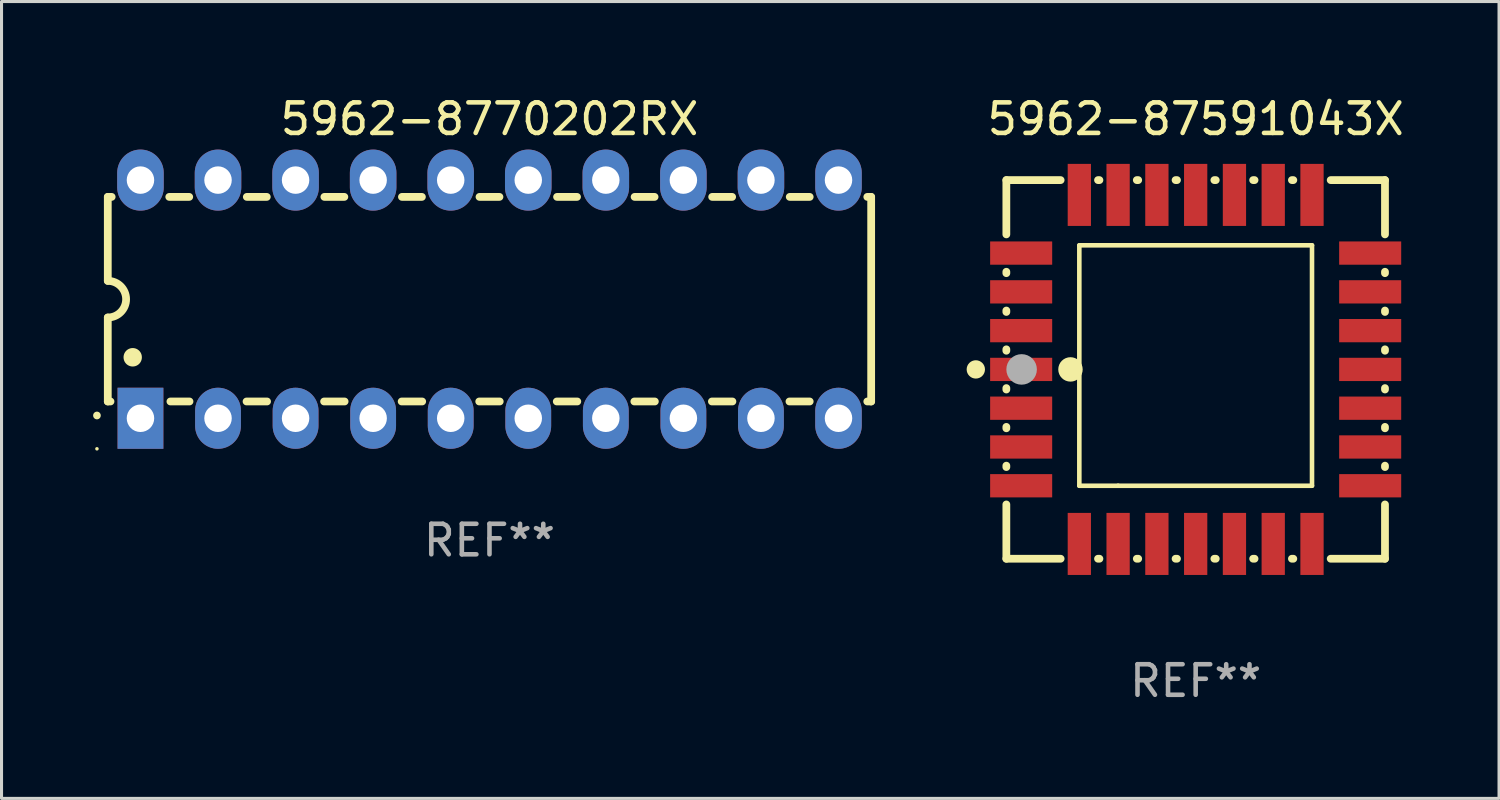
<source format=kicad_pcb>
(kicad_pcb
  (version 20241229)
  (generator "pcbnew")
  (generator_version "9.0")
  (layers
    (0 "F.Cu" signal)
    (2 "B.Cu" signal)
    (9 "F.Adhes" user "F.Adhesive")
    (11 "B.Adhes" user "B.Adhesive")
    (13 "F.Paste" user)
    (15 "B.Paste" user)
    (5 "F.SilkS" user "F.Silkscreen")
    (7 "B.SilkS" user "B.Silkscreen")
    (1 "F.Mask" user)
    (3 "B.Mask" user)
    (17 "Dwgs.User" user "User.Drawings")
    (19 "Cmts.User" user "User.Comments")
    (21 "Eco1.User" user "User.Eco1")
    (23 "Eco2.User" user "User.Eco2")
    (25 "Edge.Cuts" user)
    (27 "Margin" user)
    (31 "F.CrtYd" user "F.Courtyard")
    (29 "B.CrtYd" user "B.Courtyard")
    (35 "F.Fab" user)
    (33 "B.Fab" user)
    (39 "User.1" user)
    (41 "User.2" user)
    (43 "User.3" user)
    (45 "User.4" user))
  (footprint "5962-87591043X"
    (layer "F.Cu")
    (at 36.107 9.048)
    (property "Reference" "5962-87591043X" (at 0 -8.2 0) (layer "F.SilkS") (effects (font (size 1 1) (thickness 0.15))))
    (attr through_hole)
    (fp_line (start -6.2 -6.2) (end -4.422 -6.2) (stroke (width 0.254) (type solid)) (layer "F.SilkS"))
    (fp_line (start -6.2 -4.422) (end -6.2 -6.2) (stroke (width 0.254) (type solid)) (layer "F.SilkS"))
    (fp_line (start -6.2 -3.152) (end -6.2 -3.198) (stroke (width 0.254) (type solid)) (layer "F.SilkS"))
    (fp_line (start -6.2 -1.882) (end -6.2 -1.928) (stroke (width 0.254) (type solid)) (layer "F.SilkS"))
    (fp_line (start -6.2 -0.612) (end -6.2 -0.658) (stroke (width 0.254) (type solid)) (layer "F.SilkS"))
    (fp_line (start -6.2 0.658) (end -6.2 0.612) (stroke (width 0.254) (type solid)) (layer "F.SilkS"))
    (fp_line (start -6.2 1.928) (end -6.2 1.882) (stroke (width 0.254) (type solid)) (layer "F.SilkS"))
    (fp_line (start -6.2 3.198) (end -6.2 3.152) (stroke (width 0.254) (type solid)) (layer "F.SilkS"))
    (fp_line (start -6.2 6.2) (end -6.2 4.422) (stroke (width 0.254) (type solid)) (layer "F.SilkS"))
    (fp_line (start -4.422 6.2) (end -6.2 6.2) (stroke (width 0.254) (type solid)) (layer "F.SilkS"))
    (fp_line (start -3.81 -4.064) (end 3.81 -4.064) (stroke (width 0.15) (type solid)) (layer "F.SilkS"))
    (fp_line (start -3.81 3.81) (end -3.81 -4.064) (stroke (width 0.15) (type solid)) (layer "F.SilkS"))
    (fp_line (start -3.198 -6.2) (end -3.152 -6.2) (stroke (width 0.254) (type solid)) (layer "F.SilkS"))
    (fp_line (start -3.152 6.2) (end -3.198 6.2) (stroke (width 0.254) (type solid)) (layer "F.SilkS"))
    (fp_line (start -2.54 3.81) (end -3.81 3.81) (stroke (width 0.15) (type solid)) (layer "F.SilkS"))
    (fp_line (start -1.928 -6.2) (end -1.882 -6.2) (stroke (width 0.254) (type solid)) (layer "F.SilkS"))
    (fp_line (start -1.882 6.2) (end -1.928 6.2) (stroke (width 0.254) (type solid)) (layer "F.SilkS"))
    (fp_line (start -0.658 -6.2) (end -0.612 -6.2) (stroke (width 0.254) (type solid)) (layer "F.SilkS"))
    (fp_line (start -0.612 6.2) (end -0.658 6.2) (stroke (width 0.254) (type solid)) (layer "F.SilkS"))
    (fp_line (start 0.612 -6.2) (end 0.658 -6.2) (stroke (width 0.254) (type solid)) (layer "F.SilkS"))
    (fp_line (start 0.658 6.2) (end 0.612 6.2) (stroke (width 0.254) (type solid)) (layer "F.SilkS"))
    (fp_line (start 1.882 -6.2) (end 1.928 -6.2) (stroke (width 0.254) (type solid)) (layer "F.SilkS"))
    (fp_line (start 1.928 6.2) (end 1.882 6.2) (stroke (width 0.254) (type solid)) (layer "F.SilkS"))
    (fp_line (start 3.152 -6.2) (end 3.198 -6.2) (stroke (width 0.254) (type solid)) (layer "F.SilkS"))
    (fp_line (start 3.198 6.2) (end 3.152 6.2) (stroke (width 0.254) (type solid)) (layer "F.SilkS"))
    (fp_line (start 3.81 -4.064) (end 3.81 3.81) (stroke (width 0.15) (type solid)) (layer "F.SilkS"))
    (fp_line (start 3.81 3.81) (end -2.54 3.81) (stroke (width 0.15) (type solid)) (layer "F.SilkS"))
    (fp_line (start 4.422 -6.2) (end 6.2 -6.2) (stroke (width 0.254) (type solid)) (layer "F.SilkS"))
    (fp_line (start 6.2 -6.2) (end 6.2 -4.422) (stroke (width 0.254) (type solid)) (layer "F.SilkS"))
    (fp_line (start 6.2 -3.198) (end 6.2 -3.152) (stroke (width 0.254) (type solid)) (layer "F.SilkS"))
    (fp_line (start 6.2 -1.928) (end 6.2 -1.882) (stroke (width 0.254) (type solid)) (layer "F.SilkS"))
    (fp_line (start 6.2 -0.658) (end 6.2 -0.612) (stroke (width 0.254) (type solid)) (layer "F.SilkS"))
    (fp_line (start 6.2 0.612) (end 6.2 0.658) (stroke (width 0.254) (type solid)) (layer "F.SilkS"))
    (fp_line (start 6.2 1.882) (end 6.2 1.928) (stroke (width 0.254) (type solid)) (layer "F.SilkS"))
    (fp_line (start 6.2 3.152) (end 6.2 3.198) (stroke (width 0.254) (type solid)) (layer "F.SilkS"))
    (fp_line (start 6.2 4.422) (end 6.2 6.2) (stroke (width 0.254) (type solid)) (layer "F.SilkS"))
    (fp_line (start 6.2 6.2) (end 4.422 6.2) (stroke (width 0.254) (type solid)) (layer "F.SilkS"))
    (fp_circle (center -7.2 0) (end -7.05 0) (stroke (width 0.3) (type solid)) (fill no) (layer "F.SilkS"))
    (fp_circle (center -6.223 6.223) (end -6.193 6.223) (stroke (width 0.06) (type solid)) (fill no) (layer "F.SilkS"))
    (fp_circle (center -4.1 0) (end -3.9 0) (stroke (width 0.4) (type solid)) (fill no) (layer "F.SilkS"))
    (fp_circle (center -5.7 0) (end -5.45 0) (stroke (width 0.5) (type solid)) (fill no) (layer "F.Fab"))
    (fp_text user "REF**" (at 0 10.2 0) (layer "F.Fab") (effects (font (size 1 1) (thickness 0.15))))
    (pad "1" smd rect (at -5.715 0) (size 2.032 0.762) (layers "F.Cu" "F.Mask" "F.Paste"))
    (pad "2" smd rect (at -5.715 1.27) (size 2.032 0.762) (layers "F.Cu" "F.Mask" "F.Paste"))
    (pad "3" smd rect (at -5.715 2.54) (size 2.032 0.762) (layers "F.Cu" "F.Mask" "F.Paste"))
    (pad "4" smd rect (at -5.715 3.81) (size 2.032 0.762) (layers "F.Cu" "F.Mask" "F.Paste"))
    (pad "5" smd rect (at -3.81 5.715) (size 0.762 2.032) (layers "F.Cu" "F.Mask" "F.Paste"))
    (pad "6" smd rect (at -2.54 5.715) (size 0.762 2.032) (layers "F.Cu" "F.Mask" "F.Paste"))
    (pad "7" smd rect (at -1.27 5.715) (size 0.762 2.032) (layers "F.Cu" "F.Mask" "F.Paste"))
    (pad "8" smd rect (at 0 5.715) (size 0.762 2.032) (layers "F.Cu" "F.Mask" "F.Paste"))
    (pad "9" smd rect (at 1.27 5.715) (size 0.762 2.032) (layers "F.Cu" "F.Mask" "F.Paste"))
    (pad "10" smd rect (at 2.54 5.715) (size 0.762 2.032) (layers "F.Cu" "F.Mask" "F.Paste"))
    (pad "11" smd rect (at 3.81 5.715) (size 0.762 2.032) (layers "F.Cu" "F.Mask" "F.Paste"))
    (pad "12" smd rect (at 5.715 3.81) (size 2.032 0.762) (layers "F.Cu" "F.Mask" "F.Paste"))
    (pad "13" smd rect (at 5.715 2.54) (size 2.032 0.762) (layers "F.Cu" "F.Mask" "F.Paste"))
    (pad "14" smd rect (at 5.715 1.27) (size 2.032 0.762) (layers "F.Cu" "F.Mask" "F.Paste"))
    (pad "15" smd rect (at 5.715 0) (size 2.032 0.762) (layers "F.Cu" "F.Mask" "F.Paste"))
    (pad "16" smd rect (at 5.715 -1.27) (size 2.032 0.762) (layers "F.Cu" "F.Mask" "F.Paste"))
    (pad "17" smd rect (at 5.715 -2.54) (size 2.032 0.762) (layers "F.Cu" "F.Mask" "F.Paste"))
    (pad "18" smd rect (at 5.715 -3.81) (size 2.032 0.762) (layers "F.Cu" "F.Mask" "F.Paste"))
    (pad "19" smd rect (at 3.81 -5.715) (size 0.762 2.032) (layers "F.Cu" "F.Mask" "F.Paste"))
    (pad "20" smd rect (at 2.54 -5.715) (size 0.762 2.032) (layers "F.Cu" "F.Mask" "F.Paste"))
    (pad "21" smd rect (at 1.27 -5.715) (size 0.762 2.032) (layers "F.Cu" "F.Mask" "F.Paste"))
    (pad "22" smd rect (at 0 -5.715) (size 0.762 2.032) (layers "F.Cu" "F.Mask" "F.Paste"))
    (pad "23" smd rect (at -1.27 -5.715) (size 0.762 2.032) (layers "F.Cu" "F.Mask" "F.Paste"))
    (pad "24" smd rect (at -2.54 -5.715) (size 0.762 2.032) (layers "F.Cu" "F.Mask" "F.Paste"))
    (pad "25" smd rect (at -3.81 -5.715) (size 0.762 2.032) (layers "F.Cu" "F.Mask" "F.Paste"))
    (pad "26" smd rect (at -5.715 -3.81) (size 2.032 0.762) (layers "F.Cu" "F.Mask" "F.Paste"))
    (pad "27" smd rect (at -5.715 -2.54) (size 2.032 0.762) (layers "F.Cu" "F.Mask" "F.Paste"))
    (pad "28" smd rect (at -5.715 -1.27) (size 2.032 0.762) (layers "F.Cu" "F.Mask" "F.Paste")))
  (footprint "5962-8770202RX"
    (layer "F.Cu")
    (at 12.98 6.748)
    (property "Reference" "5962-8770202RX" (at 0 -5.9 0) (layer "F.SilkS") (effects (font (size 1 1) (thickness 0.15))))
    (attr through_hole)
    (fp_line (start -12.5 -3.35) (end -12.373 -3.35) (stroke (width 0.254) (type solid)) (layer "F.SilkS"))
    (fp_line (start -12.5 -0.6) (end -12.5 -3.35) (stroke (width 0.254) (type solid)) (layer "F.SilkS"))
    (fp_line (start -12.5 3.35) (end -12.5 0.6) (stroke (width 0.254) (type solid)) (layer "F.SilkS"))
    (fp_line (start -12.5 3.35) (end -12.411 3.35) (stroke (width 0.254) (type solid)) (layer "F.SilkS"))
    (fp_line (start -10.487 -3.35) (end -9.833 -3.35) (stroke (width 0.254) (type solid)) (layer "F.SilkS"))
    (fp_line (start -10.449 3.35) (end -9.824 3.35) (stroke (width 0.254) (type solid)) (layer "F.SilkS"))
    (fp_line (start -7.956 3.35) (end -7.284 3.35) (stroke (width 0.254) (type solid)) (layer "F.SilkS"))
    (fp_line (start -7.947 -3.35) (end -7.293 -3.35) (stroke (width 0.254) (type solid)) (layer "F.SilkS"))
    (fp_line (start -5.416 3.35) (end -4.744 3.35) (stroke (width 0.254) (type solid)) (layer "F.SilkS"))
    (fp_line (start -5.407 -3.35) (end -4.753 -3.35) (stroke (width 0.254) (type solid)) (layer "F.SilkS"))
    (fp_line (start -2.876 3.35) (end -2.204 3.35) (stroke (width 0.254) (type solid)) (layer "F.SilkS"))
    (fp_line (start -2.867 -3.35) (end -2.213 -3.35) (stroke (width 0.254) (type solid)) (layer "F.SilkS"))
    (fp_line (start -0.336 3.35) (end 0.336 3.35) (stroke (width 0.254) (type solid)) (layer "F.SilkS"))
    (fp_line (start -0.327 -3.35) (end 0.327 -3.35) (stroke (width 0.254) (type solid)) (layer "F.SilkS"))
    (fp_line (start 2.204 3.35) (end 2.876 3.35) (stroke (width 0.254) (type solid)) (layer "F.SilkS"))
    (fp_line (start 2.213 -3.35) (end 2.867 -3.35) (stroke (width 0.254) (type solid)) (layer "F.SilkS"))
    (fp_line (start 4.744 3.35) (end 5.416 3.35) (stroke (width 0.254) (type solid)) (layer "F.SilkS"))
    (fp_line (start 4.753 -3.35) (end 5.407 -3.35) (stroke (width 0.254) (type solid)) (layer "F.SilkS"))
    (fp_line (start 7.284 3.35) (end 7.956 3.35) (stroke (width 0.254) (type solid)) (layer "F.SilkS"))
    (fp_line (start 7.293 -3.35) (end 7.947 -3.35) (stroke (width 0.254) (type solid)) (layer "F.SilkS"))
    (fp_line (start 9.824 3.35) (end 10.487 3.35) (stroke (width 0.254) (type solid)) (layer "F.SilkS"))
    (fp_line (start 9.833 -3.35) (end 10.487 -3.35) (stroke (width 0.254) (type solid)) (layer "F.SilkS"))
    (fp_line (start 12.373 -3.35) (end 12.5 -3.35) (stroke (width 0.254) (type solid)) (layer "F.SilkS"))
    (fp_line (start 12.373 3.35) (end 12.5 3.35) (stroke (width 0.254) (type solid)) (layer "F.SilkS"))
    (fp_line (start 12.5 -3.35) (end 12.5 3.35) (stroke (width 0.254) (type solid)) (layer "F.SilkS"))
    (fp_arc (start -12.854966 3.810008) (mid -12.854973 3.808738) (end -12.854966 3.807468) (stroke (width 0.25) (type solid)) (layer "F.SilkS"))
    (fp_arc (start -12.500127 -0.599442) (mid -11.900406 0.000228) (end -12.500025 0.6) (stroke (width 0.254001) (type solid)) (layer "F.SilkS"))
    (fp_arc (start -11.684023 1.905004) (mid -11.684034 1.902464) (end -11.684023 1.899924) (stroke (width 0.6) (type solid)) (layer "F.SilkS"))
    (fp_circle (center -12.855 4.9) (end -12.825 4.9) (stroke (width 0.06) (type solid)) (fill no) (layer "F.SilkS"))
    (fp_text user "REF**" (at 0 7.9 0) (layer "F.Fab") (effects (font (size 1 1) (thickness 0.15))))
    (pad "1" thru_hole rect (at -11.43 3.9 90) (size 2 1.5) (drill 0.9) (layers "*.Cu" "*.Mask"))
    (pad "2" thru_hole oval (at -8.89 3.9 90) (size 2 1.5) (drill 0.9) (layers "*.Cu" "*.Mask"))
    (pad "3" thru_hole oval (at -6.35 3.9 90) (size 2 1.5) (drill 0.9) (layers "*.Cu" "*.Mask"))
    (pad "4" thru_hole oval (at -3.81 3.9 90) (size 2 1.5) (drill 0.9) (layers "*.Cu" "*.Mask"))
    (pad "5" thru_hole oval (at -1.27 3.9 90) (size 2 1.5) (drill 0.9) (layers "*.Cu" "*.Mask"))
    (pad "6" thru_hole oval (at 1.27 3.9 90) (size 2 1.5) (drill 0.9) (layers "*.Cu" "*.Mask"))
    (pad "7" thru_hole oval (at 3.81 3.9 90) (size 2 1.5) (drill 0.9) (layers "*.Cu" "*.Mask"))
    (pad "8" thru_hole oval (at 6.35 3.9 90) (size 2 1.5) (drill 0.9) (layers "*.Cu" "*.Mask"))
    (pad "9" thru_hole oval (at 8.89 3.9 90) (size 2 1.5) (drill 0.9) (layers "*.Cu" "*.Mask"))
    (pad "10" thru_hole oval (at 11.43 3.9 90) (size 2 1.524) (drill 0.9) (layers "*.Cu" "*.Mask"))
    (pad "11" thru_hole oval (at 11.43 -3.9 90) (size 2 1.524) (drill 0.9) (layers "*.Cu" "*.Mask"))
    (pad "12" thru_hole oval (at 8.89 -3.9 90) (size 2 1.524) (drill 0.9) (layers "*.Cu" "*.Mask"))
    (pad "13" thru_hole oval (at 6.35 -3.9 90) (size 2 1.524) (drill 0.9) (layers "*.Cu" "*.Mask"))
    (pad "14" thru_hole oval (at 3.81 -3.9 90) (size 2 1.524) (drill 0.9) (layers "*.Cu" "*.Mask"))
    (pad "15" thru_hole oval (at 1.27 -3.9 90) (size 2 1.524) (drill 0.9) (layers "*.Cu" "*.Mask"))
    (pad "16" thru_hole oval (at -1.27 -3.9 90) (size 2 1.524) (drill 0.9) (layers "*.Cu" "*.Mask"))
    (pad "17" thru_hole oval (at -3.81 -3.9 90) (size 2 1.524) (drill 0.9) (layers "*.Cu" "*.Mask"))
    (pad "18" thru_hole oval (at -6.35 -3.9 90) (size 2 1.524) (drill 0.9) (layers "*.Cu" "*.Mask"))
    (pad "19" thru_hole oval (at -8.89 -3.9 90) (size 2 1.524) (drill 0.9) (layers "*.Cu" "*.Mask"))
    (pad "20" thru_hole oval (at -11.43 -3.9 90) (size 2 1.524) (drill 0.9) (layers "*.Cu" "*.Mask")))
  (gr_rect
    (start -3 -3)
    (end 46.042 23.096)
    (stroke (width 0.1) (type default))
    (fill no)
    (layer "Edge.Cuts")))
</source>
